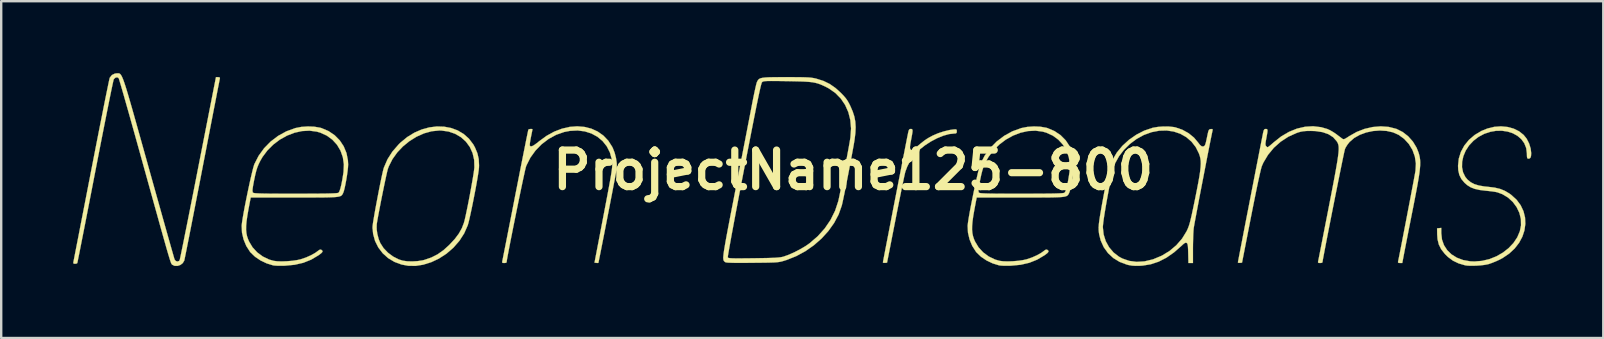
<source format=kicad_pcb>
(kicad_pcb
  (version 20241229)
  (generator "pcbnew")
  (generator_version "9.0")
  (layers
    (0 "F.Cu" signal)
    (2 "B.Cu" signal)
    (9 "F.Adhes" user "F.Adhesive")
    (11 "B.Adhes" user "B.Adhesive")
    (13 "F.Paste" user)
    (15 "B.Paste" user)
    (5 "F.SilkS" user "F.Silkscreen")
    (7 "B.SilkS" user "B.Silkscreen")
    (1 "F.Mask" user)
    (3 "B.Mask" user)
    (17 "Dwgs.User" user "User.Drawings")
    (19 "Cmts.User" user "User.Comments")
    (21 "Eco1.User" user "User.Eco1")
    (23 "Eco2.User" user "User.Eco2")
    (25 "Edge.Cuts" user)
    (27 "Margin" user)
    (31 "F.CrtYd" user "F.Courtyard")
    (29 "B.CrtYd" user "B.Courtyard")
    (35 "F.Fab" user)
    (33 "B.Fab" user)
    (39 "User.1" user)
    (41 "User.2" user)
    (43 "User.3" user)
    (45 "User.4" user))
  (footprint "ProjectName125-800"
    (layer "F.Cu")
    (at 32.51 4.039)
    (property "Reference" "ProjectName125-800" (at 0 0 0) (layer "F.SilkS") (effects (font (size 1.524 1.524) (thickness 0.3))))
    (attr through_hole)
    (fp_poly (pts (xy 2.438 -1.711) (xy 2.462 -1.695) (xy 2.473 -1.657) (xy 2.47 -1.588) (xy 2.453 -1.478) (xy 2.424 -1.318) (xy 2.411 -1.253) (xy 2.382 -1.092) (xy 2.368 -0.982) (xy 2.368 -0.913) (xy 2.381 -0.874) (xy 2.383 -0.87) (xy 2.415 -0.84) (xy 2.448 -0.832) (xy 2.496 -0.852) (xy 2.568 -0.905) (xy 2.675 -0.993) (xy 2.831 -1.123) (xy 2.956 -1.221) (xy 3.064 -1.297) (xy 3.172 -1.362) (xy 3.293 -1.427) (xy 3.321 -1.441) (xy 3.539 -1.535) (xy 3.783 -1.614) (xy 4.023 -1.671) (xy 4.167 -1.692) (xy 4.258 -1.699) (xy 4.302 -1.69) (xy 4.317 -1.658) (xy 4.318 -1.615) (xy 4.311 -1.554) (xy 4.278 -1.529) (xy 4.208 -1.524) (xy 3.992 -1.5) (xy 3.75 -1.432) (xy 3.495 -1.327) (xy 3.238 -1.192) (xy 2.993 -1.033) (xy 2.772 -0.858) (xy 2.587 -0.674) (xy 2.523 -0.595) (xy 2.367 -0.367) (xy 2.253 -0.146) (xy 2.175 0.064) (xy 2.159 0.127) (xy 2.132 0.246) (xy 2.096 0.415) (xy 2.051 0.628) (xy 2 0.878) (xy 1.943 1.16) (xy 1.881 1.467) (xy 1.816 1.793) (xy 1.766 2.048) (xy 1.411 3.858) (xy 1.325 3.868) (xy 1.262 3.866) (xy 1.238 3.85) (xy 1.244 3.816) (xy 1.261 3.726) (xy 1.288 3.584) (xy 1.324 3.396) (xy 1.368 3.168) (xy 1.419 2.905) (xy 1.476 2.613) (xy 1.537 2.297) (xy 1.602 1.962) (xy 1.669 1.615) (xy 1.738 1.26) (xy 1.808 0.903) (xy 1.876 0.55) (xy 1.944 0.206) (xy 2.008 -0.123) (xy 2.068 -0.433) (xy 2.124 -0.716) (xy 2.173 -0.969) (xy 2.216 -1.185) (xy 2.25 -1.36) (xy 2.276 -1.486) (xy 2.288 -1.548) (xy 2.312 -1.646) (xy 2.337 -1.696) (xy 2.375 -1.713) (xy 2.399 -1.714) (xy 2.438 -1.711)) (stroke (width 0.01) (type solid)) (fill yes) (layer "F.SilkS"))
    (fp_poly (pts (xy 27.272 -1.797) (xy 27.527 -1.728) (xy 27.753 -1.617) (xy 27.943 -1.466) (xy 28.07 -1.308) (xy 28.171 -1.108) (xy 28.237 -0.895) (xy 28.258 -0.711) (xy 28.251 -0.585) (xy 28.226 -0.511) (xy 28.181 -0.48) (xy 28.15 -0.476) (xy 28.113 -0.481) (xy 28.092 -0.506) (xy 28.082 -0.563) (xy 28.079 -0.668) (xy 28.079 -0.691) (xy 28.05 -0.919) (xy 27.97 -1.12) (xy 27.846 -1.29) (xy 27.684 -1.429) (xy 27.492 -1.535) (xy 27.275 -1.605) (xy 27.041 -1.64) (xy 26.795 -1.637) (xy 26.546 -1.594) (xy 26.299 -1.51) (xy 26.061 -1.383) (xy 25.85 -1.221) (xy 25.667 -1.025) (xy 25.527 -0.808) (xy 25.431 -0.579) (xy 25.38 -0.347) (xy 25.375 -0.12) (xy 25.418 0.093) (xy 25.511 0.283) (xy 25.603 0.396) (xy 25.733 0.503) (xy 25.887 0.584) (xy 26.074 0.642) (xy 26.307 0.682) (xy 26.458 0.697) (xy 26.732 0.73) (xy 26.96 0.784) (xy 27.161 0.865) (xy 27.351 0.978) (xy 27.423 1.031) (xy 27.649 1.236) (xy 27.82 1.466) (xy 27.937 1.715) (xy 28.002 1.976) (xy 28.014 2.244) (xy 27.977 2.513) (xy 27.89 2.777) (xy 27.754 3.03) (xy 27.571 3.266) (xy 27.341 3.48) (xy 27.066 3.666) (xy 26.94 3.733) (xy 26.792 3.801) (xy 26.639 3.863) (xy 26.507 3.91) (xy 26.464 3.923) (xy 26.325 3.95) (xy 26.152 3.971) (xy 25.964 3.984) (xy 25.781 3.988) (xy 25.622 3.984) (xy 25.511 3.97) (xy 25.233 3.889) (xy 24.998 3.776) (xy 24.79 3.622) (xy 24.661 3.495) (xy 24.508 3.301) (xy 24.408 3.102) (xy 24.354 2.879) (xy 24.34 2.683) (xy 24.336 2.429) (xy 24.424 2.419) (xy 24.511 2.409) (xy 24.511 2.632) (xy 24.54 2.895) (xy 24.624 3.132) (xy 24.759 3.34) (xy 24.94 3.515) (xy 25.163 3.653) (xy 25.422 3.75) (xy 25.713 3.802) (xy 25.889 3.81) (xy 26.208 3.784) (xy 26.517 3.711) (xy 26.809 3.594) (xy 27.078 3.44) (xy 27.317 3.253) (xy 27.519 3.039) (xy 27.677 2.803) (xy 27.785 2.55) (xy 27.834 2.305) (xy 27.829 2.039) (xy 27.765 1.782) (xy 27.65 1.542) (xy 27.49 1.326) (xy 27.291 1.144) (xy 27.058 1.004) (xy 26.844 0.925) (xy 26.759 0.908) (xy 26.63 0.889) (xy 26.478 0.871) (xy 26.366 0.86) (xy 26.11 0.829) (xy 25.905 0.783) (xy 25.736 0.717) (xy 25.592 0.627) (xy 25.478 0.527) (xy 25.347 0.37) (xy 25.263 0.202) (xy 25.219 0.007) (xy 25.209 -0.177) (xy 25.24 -0.477) (xy 25.329 -0.761) (xy 25.472 -1.024) (xy 25.665 -1.26) (xy 25.903 -1.464) (xy 26.183 -1.631) (xy 26.432 -1.732) (xy 26.716 -1.802) (xy 26.999 -1.823) (xy 27.272 -1.797)) (stroke (width 0.01) (type solid)) (fill yes) (layer "F.SilkS"))
    (fp_poly (pts (xy -17.051 -1.809) (xy -16.759 -1.754) (xy -16.485 -1.653) (xy -16.236 -1.505) (xy -16.018 -1.312) (xy -15.836 -1.074) (xy -15.765 -0.946) (xy -15.663 -0.702) (xy -15.607 -0.459) (xy -15.594 -0.196) (xy -15.598 -0.095) (xy -15.609 0.01) (xy -15.632 0.166) (xy -15.664 0.363) (xy -15.704 0.591) (xy -15.75 0.839) (xy -15.8 1.098) (xy -15.851 1.357) (xy -15.902 1.606) (xy -15.951 1.834) (xy -15.995 2.032) (xy -16.033 2.189) (xy -16.063 2.295) (xy -16.067 2.305) (xy -16.213 2.637) (xy -16.414 2.949) (xy -16.663 3.234) (xy -16.952 3.484) (xy -17.273 3.692) (xy -17.585 3.838) (xy -17.92 3.943) (xy -18.237 3.993) (xy -18.545 3.988) (xy -18.823 3.936) (xy -19.119 3.827) (xy -19.383 3.669) (xy -19.609 3.466) (xy -19.792 3.227) (xy -19.927 2.957) (xy -20.009 2.662) (xy -20.029 2.445) (xy -19.863 2.445) (xy -19.834 2.658) (xy -19.778 2.873) (xy -19.71 3.041) (xy -19.575 3.251) (xy -19.391 3.443) (xy -19.174 3.604) (xy -18.937 3.724) (xy -18.774 3.775) (xy -18.593 3.801) (xy -18.378 3.807) (xy -18.154 3.794) (xy -17.947 3.762) (xy -17.875 3.744) (xy -17.583 3.644) (xy -17.32 3.51) (xy -17.069 3.332) (xy -16.827 3.111) (xy -16.606 2.873) (xy -16.436 2.646) (xy -16.31 2.421) (xy -16.225 2.199) (xy -16.196 2.094) (xy -16.16 1.938) (xy -16.118 1.741) (xy -16.071 1.513) (xy -16.022 1.265) (xy -15.973 1.009) (xy -15.926 0.753) (xy -15.883 0.51) (xy -15.845 0.289) (xy -15.815 0.102) (xy -15.796 -0.042) (xy -15.788 -0.115) (xy -15.797 -0.422) (xy -15.862 -0.706) (xy -15.978 -0.962) (xy -16.141 -1.185) (xy -16.346 -1.37) (xy -16.589 -1.512) (xy -16.865 -1.607) (xy -17.169 -1.649) (xy -17.253 -1.65) (xy -17.569 -1.619) (xy -17.886 -1.531) (xy -18.196 -1.393) (xy -18.491 -1.21) (xy -18.763 -0.989) (xy -19.002 -0.737) (xy -19.202 -0.458) (xy -19.353 -0.16) (xy -19.395 -0.048) (xy -19.414 0.024) (xy -19.443 0.148) (xy -19.48 0.316) (xy -19.523 0.518) (xy -19.57 0.744) (xy -19.619 0.985) (xy -19.669 1.232) (xy -19.716 1.475) (xy -19.76 1.704) (xy -19.799 1.91) (xy -19.83 2.084) (xy -19.852 2.215) (xy -19.858 2.258) (xy -19.863 2.445) (xy -20.029 2.445) (xy -20.034 2.381) (xy -20.028 2.309) (xy -20.011 2.184) (xy -19.983 2.016) (xy -19.949 1.813) (xy -19.908 1.584) (xy -19.862 1.339) (xy -19.814 1.086) (xy -19.766 0.835) (xy -19.718 0.595) (xy -19.673 0.376) (xy -19.632 0.185) (xy -19.597 0.033) (xy -19.57 -0.072) (xy -19.561 -0.101) (xy -19.41 -0.45) (xy -19.203 -0.774) (xy -18.938 -1.078) (xy -18.868 -1.146) (xy -18.587 -1.377) (xy -18.29 -1.559) (xy -17.982 -1.693) (xy -17.669 -1.779) (xy -17.356 -1.818) (xy -17.051 -1.809)) (stroke (width 0.01) (type solid)) (fill yes) (layer "F.SilkS"))
    (fp_poly (pts (xy -11.2 -1.799) (xy -10.913 -1.727) (xy -10.649 -1.606) (xy -10.412 -1.439) (xy -10.208 -1.225) (xy -10.041 -0.964) (xy -10.017 -0.914) (xy -9.941 -0.718) (xy -9.886 -0.502) (xy -9.855 -0.289) (xy -9.852 -0.1) (xy -9.858 -0.052) (xy -9.868 0.008) (xy -9.889 0.122) (xy -9.919 0.281) (xy -9.957 0.48) (xy -10.002 0.713) (xy -10.051 0.972) (xy -10.106 1.253) (xy -10.162 1.547) (xy -10.221 1.848) (xy -10.28 2.151) (xy -10.338 2.449) (xy -10.394 2.735) (xy -10.447 3.003) (xy -10.495 3.246) (xy -10.537 3.458) (xy -10.572 3.633) (xy -10.598 3.764) (xy -10.615 3.844) (xy -10.621 3.868) (xy -10.656 3.872) (xy -10.706 3.868) (xy -10.782 3.858) (xy -10.441 2.08) (xy -10.359 1.651) (xy -10.288 1.279) (xy -10.228 0.96) (xy -10.178 0.689) (xy -10.136 0.462) (xy -10.103 0.273) (xy -10.078 0.117) (xy -10.06 -0.009) (xy -10.048 -0.112) (xy -10.042 -0.195) (xy -10.04 -0.263) (xy -10.043 -0.322) (xy -10.049 -0.376) (xy -10.057 -0.43) (xy -10.059 -0.441) (xy -10.14 -0.733) (xy -10.271 -0.991) (xy -10.446 -1.211) (xy -10.661 -1.39) (xy -10.909 -1.525) (xy -11.186 -1.613) (xy -11.485 -1.651) (xy -11.803 -1.635) (xy -12.046 -1.588) (xy -12.38 -1.471) (xy -12.696 -1.298) (xy -12.986 -1.077) (xy -13.241 -0.815) (xy -13.454 -0.52) (xy -13.617 -0.197) (xy -13.635 -0.15) (xy -13.651 -0.095) (xy -13.677 0.016) (xy -13.712 0.176) (xy -13.756 0.376) (xy -13.806 0.612) (xy -13.862 0.877) (xy -13.921 1.162) (xy -13.983 1.463) (xy -14.046 1.772) (xy -14.109 2.083) (xy -14.171 2.389) (xy -14.229 2.683) (xy -14.284 2.958) (xy -14.332 3.208) (xy -14.374 3.427) (xy -14.408 3.607) (xy -14.432 3.742) (xy -14.444 3.825) (xy -14.446 3.846) (xy -14.474 3.865) (xy -14.541 3.873) (xy -14.545 3.873) (xy -14.612 3.868) (xy -14.632 3.84) (xy -14.626 3.802) (xy -14.618 3.761) (xy -14.598 3.662) (xy -14.568 3.51) (xy -14.528 3.309) (xy -14.48 3.065) (xy -14.424 2.782) (xy -14.362 2.464) (xy -14.293 2.117) (xy -14.22 1.744) (xy -14.143 1.351) (xy -14.082 1.035) (xy -14.002 0.63) (xy -13.926 0.243) (xy -13.855 -0.122) (xy -13.788 -0.459) (xy -13.727 -0.765) (xy -13.673 -1.035) (xy -13.627 -1.265) (xy -13.589 -1.45) (xy -13.561 -1.585) (xy -13.544 -1.665) (xy -13.538 -1.688) (xy -13.503 -1.705) (xy -13.443 -1.714) (xy -13.388 -1.713) (xy -13.367 -1.702) (xy -13.373 -1.668) (xy -13.389 -1.585) (xy -13.413 -1.468) (xy -13.431 -1.378) (xy -13.457 -1.241) (xy -13.474 -1.127) (xy -13.481 -1.048) (xy -13.48 -1.025) (xy -13.448 -0.99) (xy -13.392 -0.993) (xy -13.306 -1.037) (xy -13.186 -1.124) (xy -13.085 -1.205) (xy -12.777 -1.429) (xy -12.46 -1.603) (xy -12.138 -1.726) (xy -11.818 -1.8) (xy -11.503 -1.824) (xy -11.2 -1.799)) (stroke (width 0.01) (type solid)) (fill yes) (layer "F.SilkS"))
    (fp_poly (pts (xy -22.459 -1.808) (xy -22.217 -1.766) (xy -22.159 -1.75) (xy -21.867 -1.626) (xy -21.613 -1.454) (xy -21.401 -1.24) (xy -21.235 -0.99) (xy -21.119 -0.709) (xy -21.059 -0.404) (xy -21.05 -0.237) (xy -21.056 -0.117) (xy -21.073 0.039) (xy -21.098 0.219) (xy -21.128 0.406) (xy -21.162 0.587) (xy -21.196 0.748) (xy -21.229 0.875) (xy -21.257 0.953) (xy -21.277 0.992) (xy -21.296 1.025) (xy -21.32 1.053) (xy -21.353 1.077) (xy -21.4 1.095) (xy -21.467 1.11) (xy -21.557 1.122) (xy -21.677 1.13) (xy -21.83 1.136) (xy -22.022 1.14) (xy -22.258 1.142) (xy -22.543 1.143) (xy -22.881 1.143) (xy -23.278 1.143) (xy -25.11 1.143) (xy -25.143 1.31) (xy -25.205 1.636) (xy -25.252 1.908) (xy -25.284 2.136) (xy -25.301 2.326) (xy -25.303 2.487) (xy -25.29 2.628) (xy -25.263 2.756) (xy -25.221 2.879) (xy -25.18 2.976) (xy -25.034 3.219) (xy -24.839 3.431) (xy -24.605 3.603) (xy -24.342 3.729) (xy -24.157 3.782) (xy -24.008 3.801) (xy -23.816 3.807) (xy -23.601 3.799) (xy -23.383 3.781) (xy -23.181 3.752) (xy -23.024 3.717) (xy -22.8 3.64) (xy -22.588 3.545) (xy -22.408 3.442) (xy -22.322 3.378) (xy -22.245 3.323) (xy -22.191 3.313) (xy -22.168 3.322) (xy -22.123 3.361) (xy -22.117 3.401) (xy -22.157 3.452) (xy -22.246 3.523) (xy -22.287 3.552) (xy -22.59 3.732) (xy -22.918 3.863) (xy -23.278 3.946) (xy -23.677 3.984) (xy -23.686 3.985) (xy -23.846 3.988) (xy -23.995 3.986) (xy -24.116 3.979) (xy -24.178 3.97) (xy -24.446 3.888) (xy -24.703 3.765) (xy -24.931 3.611) (xy -25.115 3.435) (xy -25.14 3.405) (xy -25.295 3.164) (xy -25.408 2.892) (xy -25.474 2.606) (xy -25.487 2.325) (xy -25.485 2.286) (xy -25.47 2.165) (xy -25.444 1.996) (xy -25.408 1.79) (xy -25.365 1.556) (xy -25.315 1.303) (xy -25.262 1.04) (xy -25.228 0.877) (xy -25.037 0.877) (xy -25.028 0.921) (xy -25.019 0.937) (xy -25.003 0.947) (xy -24.972 0.956) (xy -24.921 0.964) (xy -24.844 0.969) (xy -24.738 0.974) (xy -24.596 0.978) (xy -24.415 0.981) (xy -24.189 0.982) (xy -23.913 0.984) (xy -23.583 0.984) (xy -23.243 0.984) (xy -22.85 0.984) (xy -22.517 0.983) (xy -22.238 0.981) (xy -22.009 0.979) (xy -21.826 0.975) (xy -21.685 0.971) (xy -21.581 0.965) (xy -21.509 0.958) (xy -21.466 0.95) (xy -21.45 0.943) (xy -21.415 0.888) (xy -21.376 0.777) (xy -21.335 0.615) (xy -21.295 0.411) (xy -21.256 0.171) (xy -21.242 0.074) (xy -21.228 -0.239) (xy -21.271 -0.536) (xy -21.368 -0.81) (xy -21.514 -1.055) (xy -21.705 -1.265) (xy -21.938 -1.436) (xy -22.209 -1.56) (xy -22.359 -1.603) (xy -22.663 -1.643) (xy -22.976 -1.626) (xy -23.29 -1.556) (xy -23.599 -1.436) (xy -23.894 -1.272) (xy -24.167 -1.066) (xy -24.411 -0.824) (xy -24.618 -0.548) (xy -24.713 -0.384) (xy -24.778 -0.251) (xy -24.832 -0.12) (xy -24.878 0.024) (xy -24.921 0.194) (xy -24.966 0.406) (xy -24.988 0.521) (xy -25.018 0.687) (xy -25.034 0.802) (xy -25.037 0.877) (xy -25.228 0.877) (xy -25.207 0.778) (xy -25.153 0.525) (xy -25.1 0.291) (xy -25.051 0.086) (xy -25.009 -0.082) (xy -24.974 -0.202) (xy -24.958 -0.249) (xy -24.781 -0.595) (xy -24.553 -0.91) (xy -24.28 -1.189) (xy -23.968 -1.426) (xy -23.624 -1.615) (xy -23.255 -1.749) (xy -23.25 -1.751) (xy -22.999 -1.8) (xy -22.727 -1.819) (xy -22.459 -1.808)) (stroke (width 0.01) (type solid)) (fill yes) (layer "F.SilkS"))
    (fp_poly (pts (xy 7.799 -1.808) (xy 8.041 -1.766) (xy 8.099 -1.75) (xy 8.39 -1.626) (xy 8.645 -1.454) (xy 8.857 -1.24) (xy 9.023 -0.99) (xy 9.139 -0.709) (xy 9.199 -0.404) (xy 9.207 -0.237) (xy 9.201 -0.117) (xy 9.185 0.039) (xy 9.16 0.219) (xy 9.129 0.406) (xy 9.096 0.587) (xy 9.062 0.748) (xy 9.029 0.875) (xy 9.001 0.953) (xy 8.981 0.992) (xy 8.962 1.025) (xy 8.938 1.053) (xy 8.905 1.077) (xy 8.857 1.095) (xy 8.791 1.11) (xy 8.7 1.122) (xy 8.581 1.13) (xy 8.428 1.136) (xy 8.235 1.14) (xy 7.999 1.142) (xy 7.715 1.143) (xy 7.377 1.143) (xy 6.98 1.143) (xy 5.148 1.143) (xy 5.115 1.31) (xy 5.053 1.636) (xy 5.005 1.908) (xy 4.974 2.136) (xy 4.957 2.326) (xy 4.955 2.487) (xy 4.968 2.628) (xy 4.995 2.756) (xy 5.036 2.879) (xy 5.078 2.976) (xy 5.224 3.219) (xy 5.419 3.431) (xy 5.653 3.603) (xy 5.916 3.729) (xy 6.1 3.782) (xy 6.25 3.801) (xy 6.442 3.807) (xy 6.657 3.799) (xy 6.875 3.781) (xy 7.077 3.752) (xy 7.234 3.717) (xy 7.458 3.64) (xy 7.67 3.545) (xy 7.849 3.442) (xy 7.936 3.378) (xy 8.013 3.323) (xy 8.067 3.313) (xy 8.09 3.322) (xy 8.135 3.361) (xy 8.14 3.401) (xy 8.101 3.452) (xy 8.012 3.523) (xy 7.971 3.552) (xy 7.668 3.732) (xy 7.34 3.863) (xy 6.98 3.946) (xy 6.581 3.984) (xy 6.572 3.985) (xy 6.412 3.988) (xy 6.262 3.986) (xy 6.142 3.979) (xy 6.08 3.97) (xy 5.812 3.888) (xy 5.555 3.765) (xy 5.327 3.611) (xy 5.143 3.435) (xy 5.118 3.405) (xy 4.963 3.164) (xy 4.85 2.892) (xy 4.784 2.606) (xy 4.77 2.325) (xy 4.773 2.286) (xy 4.788 2.165) (xy 4.814 1.996) (xy 4.85 1.79) (xy 4.893 1.556) (xy 4.943 1.303) (xy 4.996 1.04) (xy 5.03 0.877) (xy 5.221 0.877) (xy 5.23 0.921) (xy 5.239 0.937) (xy 5.255 0.947) (xy 5.286 0.956) (xy 5.337 0.964) (xy 5.413 0.969) (xy 5.52 0.974) (xy 5.662 0.978) (xy 5.843 0.981) (xy 6.069 0.982) (xy 6.345 0.984) (xy 6.675 0.984) (xy 7.015 0.984) (xy 7.407 0.984) (xy 7.741 0.983) (xy 8.02 0.981) (xy 8.249 0.979) (xy 8.432 0.975) (xy 8.573 0.971) (xy 8.677 0.965) (xy 8.748 0.958) (xy 8.791 0.95) (xy 8.807 0.943) (xy 8.843 0.888) (xy 8.882 0.777) (xy 8.922 0.615) (xy 8.963 0.411) (xy 9.002 0.171) (xy 9.016 0.074) (xy 9.03 -0.239) (xy 8.986 -0.536) (xy 8.89 -0.81) (xy 8.744 -1.055) (xy 8.553 -1.265) (xy 8.32 -1.436) (xy 8.049 -1.56) (xy 7.898 -1.603) (xy 7.595 -1.643) (xy 7.282 -1.626) (xy 6.967 -1.556) (xy 6.659 -1.436) (xy 6.364 -1.272) (xy 6.091 -1.066) (xy 5.847 -0.824) (xy 5.64 -0.548) (xy 5.545 -0.384) (xy 5.479 -0.251) (xy 5.426 -0.12) (xy 5.38 0.024) (xy 5.337 0.194) (xy 5.292 0.406) (xy 5.27 0.521) (xy 5.24 0.687) (xy 5.224 0.802) (xy 5.221 0.877) (xy 5.03 0.877) (xy 5.05 0.778) (xy 5.105 0.525) (xy 5.158 0.291) (xy 5.206 0.086) (xy 5.249 -0.082) (xy 5.284 -0.202) (xy 5.3 -0.249) (xy 5.476 -0.595) (xy 5.705 -0.91) (xy 5.978 -1.189) (xy 6.29 -1.426) (xy 6.633 -1.615) (xy 7.002 -1.749) (xy 7.007 -1.751) (xy 7.259 -1.8) (xy 7.531 -1.819) (xy 7.799 -1.808)) (stroke (width 0.01) (type solid)) (fill yes) (layer "F.SilkS"))
    (fp_poly (pts (xy 13.155 -1.815) (xy 13.357 -1.794) (xy 13.43 -1.78) (xy 13.715 -1.683) (xy 13.977 -1.538) (xy 14.203 -1.354) (xy 14.369 -1.157) (xy 14.451 -1.051) (xy 14.517 -0.996) (xy 14.561 -0.984) (xy 14.606 -0.989) (xy 14.641 -1.01) (xy 14.669 -1.057) (xy 14.696 -1.14) (xy 14.726 -1.269) (xy 14.749 -1.381) (xy 14.779 -1.524) (xy 14.802 -1.617) (xy 14.824 -1.67) (xy 14.851 -1.697) (xy 14.887 -1.707) (xy 14.904 -1.709) (xy 14.966 -1.71) (xy 14.983 -1.684) (xy 14.976 -1.646) (xy 14.961 -1.575) (xy 14.935 -1.449) (xy 14.9 -1.276) (xy 14.857 -1.062) (xy 14.808 -0.814) (xy 14.754 -0.539) (xy 14.697 -0.243) (xy 14.637 0.066) (xy 14.576 0.382) (xy 14.515 0.698) (xy 14.455 1.007) (xy 14.399 1.303) (xy 14.347 1.578) (xy 14.3 1.826) (xy 14.26 2.039) (xy 14.228 2.212) (xy 14.206 2.337) (xy 14.194 2.408) (xy 14.193 2.413) (xy 14.183 2.523) (xy 14.174 2.681) (xy 14.168 2.871) (xy 14.163 3.079) (xy 14.161 3.262) (xy 14.161 3.873) (xy 13.972 3.873) (xy 13.963 3.472) (xy 13.958 3.301) (xy 13.951 3.183) (xy 13.94 3.107) (xy 13.924 3.062) (xy 13.901 3.037) (xy 13.899 3.036) (xy 13.861 3.025) (xy 13.815 3.043) (xy 13.746 3.097) (xy 13.693 3.148) (xy 13.371 3.43) (xy 13.053 3.652) (xy 12.732 3.816) (xy 12.404 3.925) (xy 12.064 3.981) (xy 11.954 3.988) (xy 11.769 3.991) (xy 11.621 3.982) (xy 11.482 3.958) (xy 11.403 3.938) (xy 11.104 3.826) (xy 10.841 3.665) (xy 10.619 3.459) (xy 10.443 3.214) (xy 10.316 2.934) (xy 10.253 2.686) (xy 10.238 2.584) (xy 10.23 2.482) (xy 10.231 2.381) (xy 10.405 2.381) (xy 10.438 2.682) (xy 10.526 2.963) (xy 10.665 3.215) (xy 10.85 3.433) (xy 11.077 3.609) (xy 11.218 3.685) (xy 11.506 3.785) (xy 11.813 3.825) (xy 12.139 3.805) (xy 12.481 3.724) (xy 12.511 3.714) (xy 12.861 3.568) (xy 13.182 3.373) (xy 13.466 3.134) (xy 13.706 2.858) (xy 13.895 2.551) (xy 13.908 2.524) (xy 13.943 2.449) (xy 13.974 2.37) (xy 14.005 2.281) (xy 14.036 2.172) (xy 14.07 2.038) (xy 14.109 1.87) (xy 14.154 1.66) (xy 14.208 1.402) (xy 14.258 1.159) (xy 14.328 0.807) (xy 14.385 0.51) (xy 14.429 0.262) (xy 14.46 0.055) (xy 14.479 -0.116) (xy 14.487 -0.259) (xy 14.484 -0.38) (xy 14.47 -0.486) (xy 14.447 -0.584) (xy 14.414 -0.681) (xy 14.414 -0.683) (xy 14.279 -0.955) (xy 14.101 -1.185) (xy 13.885 -1.372) (xy 13.637 -1.513) (xy 13.362 -1.606) (xy 13.067 -1.65) (xy 12.757 -1.642) (xy 12.437 -1.581) (xy 12.115 -1.464) (xy 12.11 -1.462) (xy 11.809 -1.296) (xy 11.531 -1.088) (xy 11.285 -0.845) (xy 11.079 -0.577) (xy 10.923 -0.295) (xy 10.864 -0.143) (xy 10.833 -0.034) (xy 10.795 0.124) (xy 10.752 0.323) (xy 10.705 0.552) (xy 10.656 0.802) (xy 10.607 1.063) (xy 10.559 1.326) (xy 10.515 1.581) (xy 10.476 1.818) (xy 10.444 2.028) (xy 10.421 2.201) (xy 10.408 2.328) (xy 10.405 2.381) (xy 10.231 2.381) (xy 10.231 2.372) (xy 10.24 2.244) (xy 10.259 2.089) (xy 10.289 1.896) (xy 10.33 1.658) (xy 10.365 1.46) (xy 10.431 1.103) (xy 10.487 0.802) (xy 10.535 0.551) (xy 10.576 0.343) (xy 10.612 0.173) (xy 10.644 0.034) (xy 10.675 -0.08) (xy 10.704 -0.176) (xy 10.734 -0.259) (xy 10.767 -0.337) (xy 10.803 -0.415) (xy 10.811 -0.431) (xy 10.989 -0.732) (xy 11.22 -1.011) (xy 11.494 -1.261) (xy 11.8 -1.474) (xy 12.128 -1.643) (xy 12.47 -1.759) (xy 12.499 -1.766) (xy 12.701 -1.8) (xy 12.928 -1.817) (xy 13.155 -1.815)) (stroke (width 0.01) (type solid)) (fill yes) (layer "F.SilkS"))
    (fp_poly (pts (xy -30.604 -4.032) (xy -30.578 -4.023) (xy -30.552 -4.005) (xy -30.525 -3.974) (xy -30.496 -3.928) (xy -30.464 -3.863) (xy -30.428 -3.776) (xy -30.387 -3.664) (xy -30.34 -3.524) (xy -30.286 -3.353) (xy -30.224 -3.147) (xy -30.153 -2.904) (xy -30.071 -2.62) (xy -29.978 -2.293) (xy -29.873 -1.919) (xy -29.754 -1.495) (xy -29.62 -1.018) (xy -29.471 -0.485) (xy -29.371 -0.127) (xy -29.238 0.349) (xy -29.109 0.809) (xy -28.985 1.25) (xy -28.868 1.666) (xy -28.759 2.055) (xy -28.658 2.413) (xy -28.567 2.736) (xy -28.486 3.02) (xy -28.418 3.262) (xy -28.362 3.456) (xy -28.321 3.601) (xy -28.294 3.691) (xy -28.284 3.723) (xy -28.234 3.788) (xy -28.165 3.811) (xy -28.1 3.789) (xy -28.073 3.754) (xy -28.063 3.717) (xy -28.042 3.621) (xy -28.01 3.47) (xy -27.969 3.268) (xy -27.918 3.02) (xy -27.86 2.729) (xy -27.793 2.398) (xy -27.72 2.032) (xy -27.641 1.635) (xy -27.557 1.21) (xy -27.468 0.761) (xy -27.376 0.293) (xy -27.302 -0.087) (xy -26.559 -3.873) (xy -26.471 -3.873) (xy -26.409 -3.866) (xy -26.394 -3.832) (xy -26.4 -3.802) (xy -26.408 -3.762) (xy -26.427 -3.664) (xy -26.457 -3.511) (xy -26.497 -3.308) (xy -26.545 -3.058) (xy -26.602 -2.765) (xy -26.667 -2.434) (xy -26.738 -2.068) (xy -26.815 -1.671) (xy -26.897 -1.247) (xy -26.983 -0.799) (xy -27.074 -0.333) (xy -27.132 -0.032) (xy -27.224 0.445) (xy -27.314 0.906) (xy -27.4 1.347) (xy -27.481 1.764) (xy -27.557 2.152) (xy -27.627 2.509) (xy -27.69 2.829) (xy -27.746 3.11) (xy -27.793 3.347) (xy -27.831 3.535) (xy -27.859 3.672) (xy -27.876 3.753) (xy -27.881 3.773) (xy -27.943 3.877) (xy -28.041 3.953) (xy -28.158 3.993) (xy -28.277 3.993) (xy -28.379 3.946) (xy -28.38 3.945) (xy -28.389 3.937) (xy -28.398 3.929) (xy -28.407 3.918) (xy -28.417 3.9) (xy -28.43 3.873) (xy -28.444 3.834) (xy -28.463 3.78) (xy -28.486 3.709) (xy -28.514 3.617) (xy -28.549 3.502) (xy -28.59 3.361) (xy -28.639 3.191) (xy -28.696 2.989) (xy -28.763 2.752) (xy -28.84 2.478) (xy -28.928 2.164) (xy -29.027 1.807) (xy -29.14 1.403) (xy -29.265 0.951) (xy -29.405 0.447) (xy -29.56 -0.111) (xy -29.731 -0.727) (xy -29.798 -0.968) (xy -29.913 -1.38) (xy -30.023 -1.774) (xy -30.127 -2.146) (xy -30.225 -2.493) (xy -30.315 -2.81) (xy -30.395 -3.092) (xy -30.465 -3.336) (xy -30.523 -3.536) (xy -30.569 -3.688) (xy -30.6 -3.789) (xy -30.615 -3.834) (xy -30.616 -3.835) (xy -30.676 -3.868) (xy -30.748 -3.852) (xy -30.811 -3.795) (xy -30.821 -3.778) (xy -30.832 -3.737) (xy -30.854 -3.638) (xy -30.887 -3.484) (xy -30.93 -3.28) (xy -30.981 -3.029) (xy -31.04 -2.735) (xy -31.107 -2.402) (xy -31.18 -2.033) (xy -31.259 -1.634) (xy -31.343 -1.208) (xy -31.431 -0.758) (xy -31.522 -0.289) (xy -31.593 0.076) (xy -31.686 0.557) (xy -31.776 1.02) (xy -31.862 1.461) (xy -31.943 1.878) (xy -32.019 2.267) (xy -32.089 2.622) (xy -32.152 2.941) (xy -32.207 3.22) (xy -32.253 3.455) (xy -32.291 3.642) (xy -32.318 3.778) (xy -32.335 3.857) (xy -32.34 3.878) (xy -32.381 3.899) (xy -32.437 3.905) (xy -32.493 3.897) (xy -32.505 3.861) (xy -32.498 3.818) (xy -32.49 3.776) (xy -32.47 3.676) (xy -32.44 3.521) (xy -32.4 3.316) (xy -32.351 3.064) (xy -32.293 2.769) (xy -32.229 2.436) (xy -32.157 2.067) (xy -32.079 1.668) (xy -31.996 1.241) (xy -31.909 0.792) (xy -31.818 0.323) (xy -31.751 -0.024) (xy -31.657 -0.504) (xy -31.567 -0.967) (xy -31.48 -1.41) (xy -31.398 -1.828) (xy -31.32 -2.218) (xy -31.249 -2.576) (xy -31.185 -2.898) (xy -31.128 -3.179) (xy -31.079 -3.417) (xy -31.04 -3.607) (xy -31.011 -3.745) (xy -30.992 -3.827) (xy -30.985 -3.85) (xy -30.896 -3.962) (xy -30.773 -4.022) (xy -30.696 -4.032) (xy -30.662 -4.033) (xy -30.632 -4.034) (xy -30.604 -4.032)) (stroke (width 0.01) (type solid)) (fill yes) (layer "F.SilkS"))
    (fp_poly (pts (xy -2.501 -3.873) (xy -2.27 -3.872) (xy -2.086 -3.869) (xy -1.941 -3.864) (xy -1.825 -3.858) (xy -1.731 -3.848) (xy -1.65 -3.835) (xy -1.573 -3.819) (xy -1.537 -3.81) (xy -1.239 -3.716) (xy -0.977 -3.588) (xy -0.733 -3.417) (xy -0.536 -3.239) (xy -0.406 -3.107) (xy -0.31 -2.996) (xy -0.234 -2.887) (xy -0.164 -2.762) (xy -0.117 -2.667) (xy -0.021 -2.444) (xy 0.048 -2.232) (xy 0.088 -2.019) (xy 0.102 -1.793) (xy 0.091 -1.541) (xy 0.055 -1.25) (xy 0.018 -1.032) (xy -0.035 -0.741) (xy -0.091 -0.439) (xy -0.149 -0.131) (xy -0.207 0.172) (xy -0.264 0.464) (xy -0.318 0.736) (xy -0.367 0.98) (xy -0.411 1.188) (xy -0.446 1.352) (xy -0.472 1.464) (xy -0.478 1.485) (xy -0.607 1.849) (xy -0.794 2.201) (xy -1.032 2.536) (xy -1.315 2.848) (xy -1.637 3.131) (xy -1.991 3.379) (xy -2.371 3.585) (xy -2.772 3.745) (xy -2.842 3.767) (xy -2.92 3.791) (xy -2.989 3.81) (xy -3.058 3.825) (xy -3.135 3.836) (xy -3.226 3.845) (xy -3.342 3.851) (xy -3.488 3.855) (xy -3.674 3.859) (xy -3.907 3.861) (xy -4.196 3.864) (xy -4.207 3.864) (xy -4.515 3.867) (xy -4.765 3.867) (xy -4.962 3.866) (xy -5.112 3.862) (xy -5.22 3.857) (xy -5.29 3.849) (xy -5.329 3.839) (xy -5.337 3.834) (xy -5.359 3.816) (xy -5.379 3.798) (xy -5.395 3.776) (xy -5.406 3.747) (xy -5.413 3.705) (xy -5.415 3.648) (xy -5.414 3.635) (xy -5.227 3.635) (xy -5.217 3.649) (xy -5.195 3.661) (xy -5.154 3.669) (xy -5.088 3.675) (xy -4.991 3.679) (xy -4.855 3.68) (xy -4.676 3.68) (xy -4.446 3.678) (xy -4.159 3.675) (xy -4.151 3.675) (xy -3.851 3.67) (xy -3.606 3.666) (xy -3.411 3.66) (xy -3.256 3.654) (xy -3.136 3.645) (xy -3.042 3.635) (xy -2.967 3.622) (xy -2.905 3.607) (xy -2.694 3.532) (xy -2.456 3.427) (xy -2.213 3.301) (xy -1.985 3.167) (xy -1.82 3.052) (xy -1.479 2.759) (xy -1.185 2.431) (xy -0.942 2.074) (xy -0.753 1.693) (xy -0.622 1.296) (xy -0.604 1.218) (xy -0.57 1.057) (xy -0.529 0.853) (xy -0.481 0.614) (xy -0.43 0.352) (xy -0.377 0.076) (xy -0.324 -0.203) (xy -0.273 -0.477) (xy -0.225 -0.734) (xy -0.183 -0.964) (xy -0.149 -1.158) (xy -0.124 -1.306) (xy -0.115 -1.365) (xy -0.089 -1.733) (xy -0.119 -2.084) (xy -0.202 -2.413) (xy -0.336 -2.715) (xy -0.518 -2.984) (xy -0.746 -3.216) (xy -1.018 -3.405) (xy -1.122 -3.46) (xy -1.247 -3.52) (xy -1.358 -3.569) (xy -1.465 -3.607) (xy -1.575 -3.637) (xy -1.697 -3.66) (xy -1.84 -3.676) (xy -2.014 -3.688) (xy -2.225 -3.696) (xy -2.484 -3.702) (xy -2.751 -3.707) (xy -3.028 -3.711) (xy -3.249 -3.713) (xy -3.42 -3.714) (xy -3.549 -3.713) (xy -3.642 -3.709) (xy -3.706 -3.703) (xy -3.749 -3.693) (xy -3.777 -3.681) (xy -3.797 -3.664) (xy -3.799 -3.662) (xy -3.811 -3.641) (xy -3.826 -3.596) (xy -3.846 -3.524) (xy -3.871 -3.421) (xy -3.902 -3.286) (xy -3.939 -3.115) (xy -3.983 -2.905) (xy -4.035 -2.653) (xy -4.094 -2.357) (xy -4.162 -2.014) (xy -4.24 -1.62) (xy -4.327 -1.173) (xy -4.425 -0.67) (xy -4.534 -0.108) (xy -4.553 -0.01) (xy -4.643 0.459) (xy -4.73 0.91) (xy -4.812 1.341) (xy -4.889 1.748) (xy -4.96 2.125) (xy -5.024 2.469) (xy -5.081 2.777) (xy -5.129 3.044) (xy -5.169 3.266) (xy -5.199 3.44) (xy -5.219 3.561) (xy -5.227 3.626) (xy -5.227 3.635) (xy -5.414 3.635) (xy -5.41 3.572) (xy -5.4 3.473) (xy -5.382 3.346) (xy -5.356 3.189) (xy -5.323 2.997) (xy -5.281 2.766) (xy -5.23 2.493) (xy -5.169 2.174) (xy -5.098 1.805) (xy -5.015 1.381) (xy -4.922 0.9) (xy -4.904 0.806) (xy -4.819 0.369) (xy -4.735 -0.065) (xy -4.652 -0.49) (xy -4.573 -0.9) (xy -4.497 -1.288) (xy -4.427 -1.649) (xy -4.364 -1.977) (xy -4.308 -2.265) (xy -4.261 -2.508) (xy -4.224 -2.7) (xy -4.203 -2.81) (xy -4.16 -3.027) (xy -4.118 -3.229) (xy -4.08 -3.404) (xy -4.048 -3.543) (xy -4.023 -3.637) (xy -4.012 -3.669) (xy -3.985 -3.722) (xy -3.956 -3.766) (xy -3.917 -3.8) (xy -3.861 -3.826) (xy -3.783 -3.845) (xy -3.674 -3.858) (xy -3.53 -3.867) (xy -3.342 -3.871) (xy -3.105 -3.873) (xy -2.812 -3.873) (xy -2.786 -3.874) (xy -2.501 -3.873)) (stroke (width 0.01) (type solid)) (fill yes) (layer "F.SilkS"))
    (fp_poly (pts (xy 19.501 -1.788) (xy 19.761 -1.713) (xy 19.878 -1.659) (xy 20.014 -1.58) (xy 20.134 -1.498) (xy 20.236 -1.42) (xy 20.326 -1.353) (xy 20.384 -1.309) (xy 20.389 -1.306) (xy 20.423 -1.288) (xy 20.463 -1.29) (xy 20.523 -1.318) (xy 20.615 -1.375) (xy 20.677 -1.416) (xy 20.985 -1.59) (xy 21.314 -1.717) (xy 21.653 -1.795) (xy 21.991 -1.823) (xy 22.32 -1.799) (xy 22.628 -1.721) (xy 22.651 -1.713) (xy 22.904 -1.586) (xy 23.133 -1.407) (xy 23.328 -1.187) (xy 23.481 -0.935) (xy 23.561 -0.736) (xy 23.59 -0.637) (xy 23.612 -0.539) (xy 23.627 -0.438) (xy 23.633 -0.326) (xy 23.631 -0.198) (xy 23.619 -0.049) (xy 23.598 0.129) (xy 23.566 0.339) (xy 23.523 0.59) (xy 23.468 0.886) (xy 23.401 1.233) (xy 23.338 1.556) (xy 23.275 1.871) (xy 23.214 2.182) (xy 23.155 2.48) (xy 23.101 2.756) (xy 23.053 3.002) (xy 23.012 3.21) (xy 22.981 3.37) (xy 22.965 3.453) (xy 22.885 3.873) (xy 22.789 3.873) (xy 22.724 3.867) (xy 22.706 3.838) (xy 22.712 3.802) (xy 22.724 3.744) (xy 22.747 3.631) (xy 22.779 3.47) (xy 22.819 3.267) (xy 22.865 3.03) (xy 22.916 2.766) (xy 22.971 2.481) (xy 23.029 2.183) (xy 23.087 1.879) (xy 23.145 1.575) (xy 23.202 1.28) (xy 23.255 0.999) (xy 23.304 0.74) (xy 23.348 0.509) (xy 23.384 0.315) (xy 23.412 0.163) (xy 23.43 0.062) (xy 23.436 0.027) (xy 23.452 -0.274) (xy 23.409 -0.565) (xy 23.31 -0.839) (xy 23.16 -1.087) (xy 22.962 -1.303) (xy 22.733 -1.469) (xy 22.498 -1.573) (xy 22.234 -1.632) (xy 21.951 -1.65) (xy 21.662 -1.628) (xy 21.38 -1.568) (xy 21.116 -1.471) (xy 20.883 -1.34) (xy 20.692 -1.175) (xy 20.685 -1.168) (xy 20.602 -1.063) (xy 20.531 -0.951) (xy 20.497 -0.88) (xy 20.485 -0.834) (xy 20.462 -0.733) (xy 20.43 -0.581) (xy 20.389 -0.385) (xy 20.341 -0.151) (xy 20.287 0.114) (xy 20.228 0.406) (xy 20.166 0.718) (xy 20.1 1.044) (xy 20.034 1.377) (xy 19.967 1.712) (xy 19.902 2.044) (xy 19.839 2.365) (xy 19.779 2.67) (xy 19.724 2.953) (xy 19.675 3.208) (xy 19.633 3.428) (xy 19.599 3.608) (xy 19.574 3.742) (xy 19.561 3.824) (xy 19.558 3.846) (xy 19.53 3.865) (xy 19.463 3.873) (xy 19.459 3.873) (xy 19.392 3.868) (xy 19.372 3.84) (xy 19.378 3.802) (xy 19.387 3.76) (xy 19.407 3.66) (xy 19.437 3.508) (xy 19.476 3.31) (xy 19.523 3.071) (xy 19.577 2.795) (xy 19.637 2.489) (xy 19.702 2.156) (xy 19.771 1.804) (xy 19.816 1.572) (xy 19.905 1.114) (xy 19.982 0.714) (xy 20.048 0.367) (xy 20.103 0.07) (xy 20.147 -0.183) (xy 20.183 -0.395) (xy 20.208 -0.571) (xy 20.226 -0.716) (xy 20.235 -0.833) (xy 20.236 -0.927) (xy 20.231 -1.003) (xy 20.218 -1.065) (xy 20.2 -1.116) (xy 20.177 -1.163) (xy 20.152 -1.202) (xy 20.004 -1.37) (xy 19.808 -1.496) (xy 19.564 -1.581) (xy 19.272 -1.626) (xy 19.066 -1.633) (xy 18.892 -1.63) (xy 18.76 -1.619) (xy 18.648 -1.599) (xy 18.533 -1.565) (xy 18.485 -1.549) (xy 18.137 -1.392) (xy 17.817 -1.183) (xy 17.532 -0.93) (xy 17.291 -0.638) (xy 17.098 -0.315) (xy 17.032 -0.166) (xy 17.01 -0.096) (xy 16.978 0.032) (xy 16.936 0.214) (xy 16.885 0.446) (xy 16.826 0.724) (xy 16.761 1.042) (xy 16.689 1.398) (xy 16.612 1.786) (xy 16.582 1.938) (xy 16.206 3.858) (xy 16.12 3.868) (xy 16.057 3.866) (xy 16.034 3.85) (xy 16.04 3.816) (xy 16.057 3.726) (xy 16.084 3.584) (xy 16.12 3.396) (xy 16.164 3.168) (xy 16.215 2.905) (xy 16.271 2.613) (xy 16.332 2.297) (xy 16.397 1.962) (xy 16.465 1.615) (xy 16.534 1.26) (xy 16.603 0.903) (xy 16.672 0.55) (xy 16.739 0.206) (xy 16.803 -0.123) (xy 16.864 -0.433) (xy 16.919 -0.716) (xy 16.969 -0.969) (xy 17.011 -1.185) (xy 17.046 -1.36) (xy 17.071 -1.486) (xy 17.083 -1.548) (xy 17.107 -1.646) (xy 17.133 -1.696) (xy 17.171 -1.713) (xy 17.195 -1.714) (xy 17.235 -1.711) (xy 17.259 -1.695) (xy 17.268 -1.655) (xy 17.263 -1.582) (xy 17.244 -1.465) (xy 17.219 -1.331) (xy 17.194 -1.191) (xy 17.183 -1.099) (xy 17.187 -1.042) (xy 17.204 -1.005) (xy 17.207 -1.002) (xy 17.252 -0.961) (xy 17.275 -0.953) (xy 17.308 -0.973) (xy 17.377 -1.026) (xy 17.469 -1.105) (xy 17.533 -1.161) (xy 17.84 -1.404) (xy 18.163 -1.593) (xy 18.496 -1.728) (xy 18.834 -1.806) (xy 19.171 -1.827) (xy 19.501 -1.788)) (stroke (width 0.01) (type solid)) (fill yes) (layer "F.SilkS")))
  (gr_rect
    (start -3 -3)
    (end 63.773 11.037)
    (stroke (width 0.1) (type default))
    (fill no)
    (layer "Edge.Cuts")))
</source>
